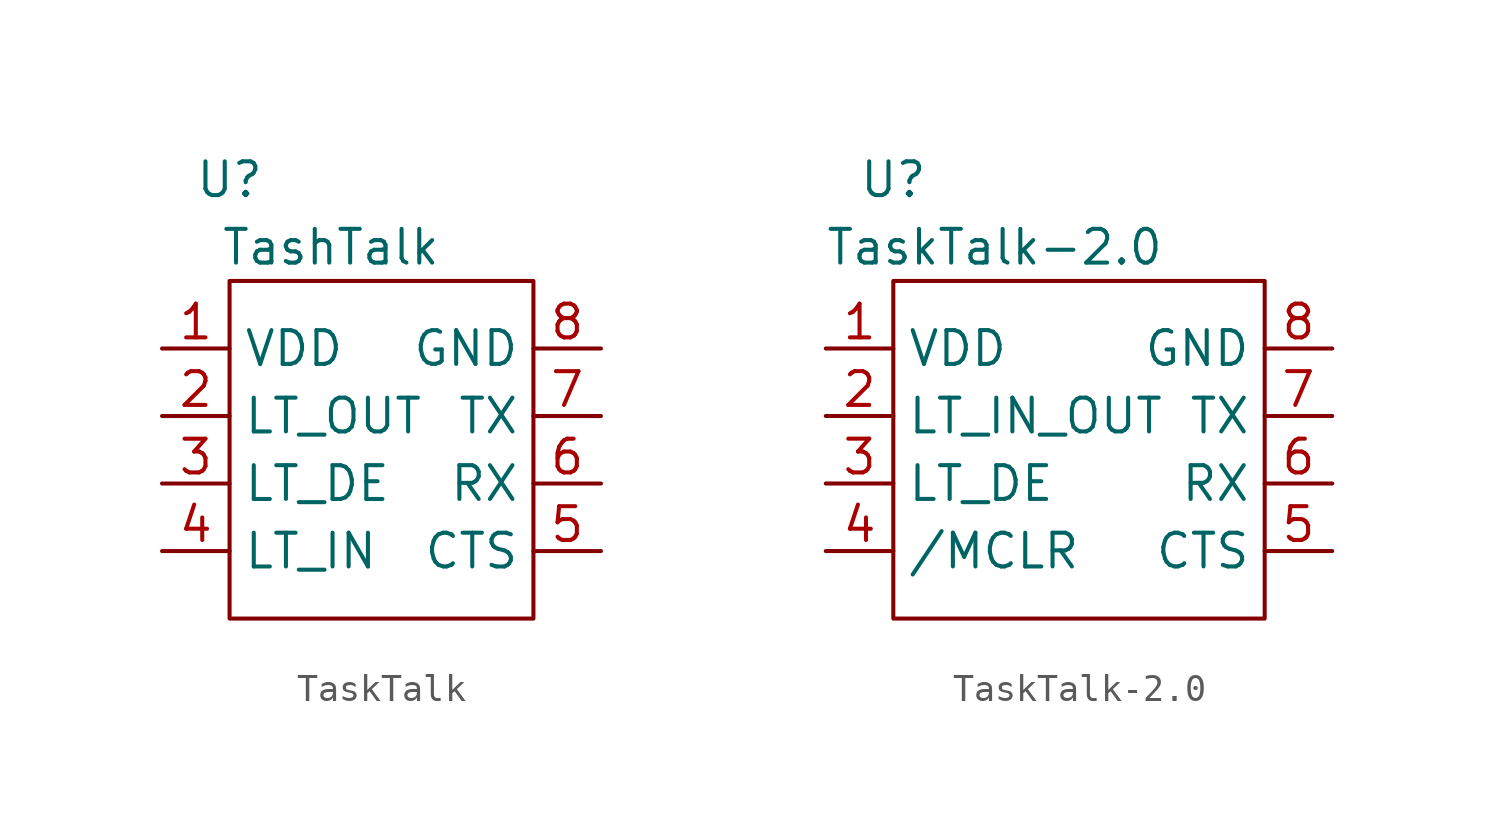
<source format=kicad_sym>
(kicad_symbol_lib
  (version 20220914)
  (generator kicad_symbol_editor)
  (symbol "TaskTalk"
    (property "Reference" "U"
      (at -6.35 15.24 0)
      (effects (font (size 1.27 1.27))))
    (property "Value" "TashTalk"
      (at -2.54 12.7 0)
      (effects (font (size 1.27 1.27))))
    (symbol "TaskTalk_0_1"
      (rectangle (start -6.35 11.43) (end 5.08 -1.27) (stroke (width 0) (type default)) (fill (type none))))
    (symbol "TaskTalk_1_1"
      (pin input line (at -8.89 8.89 0) (length 2.54) (name "VDD" (effects (font (size 1.27 1.27)))) (number "1" (effects (font (size 1.27 1.27)))))
      (pin output line (at -8.89 6.35 0) (length 2.54) (name "LT_OUT" (effects (font (size 1.27 1.27)))) (number "2" (effects (font (size 1.27 1.27)))))
      (pin output line (at -8.89 3.81 0) (length 2.54) (name "LT_DE" (effects (font (size 1.27 1.27)))) (number "3" (effects (font (size 1.27 1.27)))))
      (pin input line (at -8.89 1.27 0) (length 2.54) (name "LT_IN" (effects (font (size 1.27 1.27)))) (number "4" (effects (font (size 1.27 1.27)))))
      (pin output line (at 7.62 1.27 180) (length 2.54) (name "CTS" (effects (font (size 1.27 1.27)))) (number "5" (effects (font (size 1.27 1.27)))))
      (pin input line (at 7.62 3.81 180) (length 2.54) (name "RX" (effects (font (size 1.27 1.27)))) (number "6" (effects (font (size 1.27 1.27)))))
      (pin output line (at 7.62 6.35 180) (length 2.54) (name "TX" (effects (font (size 1.27 1.27)))) (number "7" (effects (font (size 1.27 1.27)))))
      (pin input line (at 7.62 8.89 180) (length 2.54) (name "GND" (effects (font (size 1.27 1.27)))) (number "8" (effects (font (size 1.27 1.27)))))))
  (symbol "TaskTalk-2.0"
    (property "Reference" "U"
      (at -6.35 15.24 0)
      (effects (font (size 1.27 1.27))))
    (property "Value" "TaskTalk-2.0"
      (at -2.54 12.7 0)
      (effects (font (size 1.27 1.27))))
    (symbol "TaskTalk-2.0_0_1"
      (rectangle (start -6.35 11.43) (end 7.62 -1.27) (stroke (width 0) (type default)) (fill (type none))))
    (symbol "TaskTalk-2.0_1_1"
      (pin input line (at -8.89 8.89 0) (length 2.54) (name "VDD" (effects (font (size 1.27 1.27)))) (number "1" (effects (font (size 1.27 1.27)))))
      (pin output line (at -8.89 6.35 0) (length 2.54) (name "LT_IN_OUT" (effects (font (size 1.27 1.27)))) (number "2" (effects (font (size 1.27 1.27)))))
      (pin output line (at -8.89 3.81 0) (length 2.54) (name "LT_DE" (effects (font (size 1.27 1.27)))) (number "3" (effects (font (size 1.27 1.27)))))
      (pin input line (at -8.89 1.27 0) (length 2.54) (name "/MCLR" (effects (font (size 1.27 1.27)))) (number "4" (effects (font (size 1.27 1.27)))))
      (pin output line (at 10.16 1.27 180) (length 2.54) (name "CTS" (effects (font (size 1.27 1.27)))) (number "5" (effects (font (size 1.27 1.27)))))
      (pin input line (at 10.16 3.81 180) (length 2.54) (name "RX" (effects (font (size 1.27 1.27)))) (number "6" (effects (font (size 1.27 1.27)))))
      (pin output line (at 10.16 6.35 180) (length 2.54) (name "TX" (effects (font (size 1.27 1.27)))) (number "7" (effects (font (size 1.27 1.27)))))
      (pin input line (at 10.16 8.89 180) (length 2.54) (name "GND" (effects (font (size 1.27 1.27)))) (number "8" (effects (font (size 1.27 1.27))))))))
</source>
